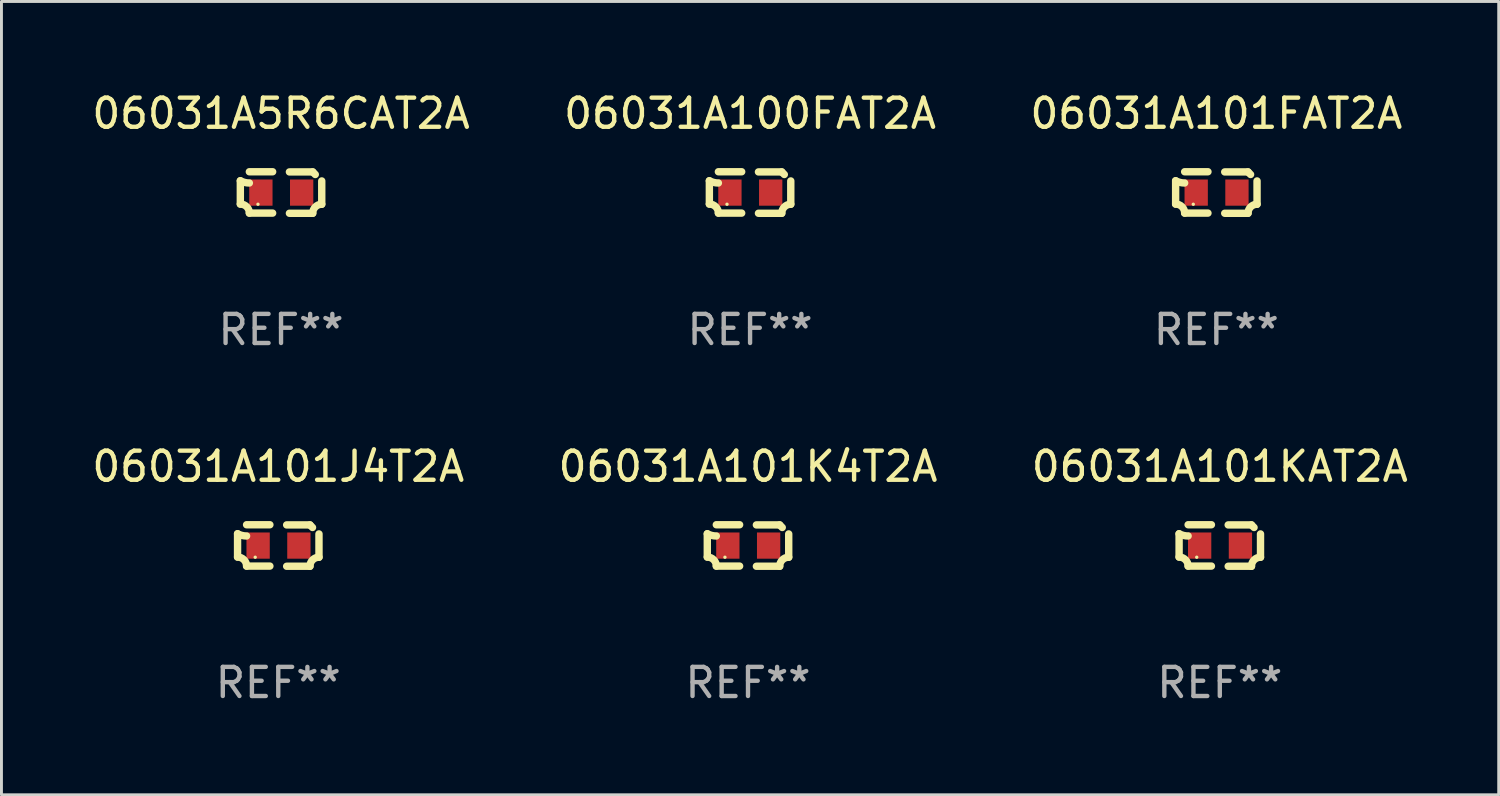
<source format=kicad_pcb>
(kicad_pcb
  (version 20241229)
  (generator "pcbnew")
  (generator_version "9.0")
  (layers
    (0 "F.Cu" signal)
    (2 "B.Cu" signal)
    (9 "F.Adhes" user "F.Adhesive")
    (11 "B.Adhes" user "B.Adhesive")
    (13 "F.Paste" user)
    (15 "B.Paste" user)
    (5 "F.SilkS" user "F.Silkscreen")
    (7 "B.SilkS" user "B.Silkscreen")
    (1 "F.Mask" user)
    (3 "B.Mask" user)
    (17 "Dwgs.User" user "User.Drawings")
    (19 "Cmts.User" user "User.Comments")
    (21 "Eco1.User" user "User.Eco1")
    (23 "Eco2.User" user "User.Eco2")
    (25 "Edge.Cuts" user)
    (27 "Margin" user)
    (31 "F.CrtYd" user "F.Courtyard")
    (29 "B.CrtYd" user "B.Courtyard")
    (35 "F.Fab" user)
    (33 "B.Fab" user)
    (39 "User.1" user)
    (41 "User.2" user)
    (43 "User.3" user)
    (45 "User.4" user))
  (footprint "06031A101J4T2A"
    (layer "F.Cu")
    (at 6.506 15.683)
    (property "Reference" "06031A101J4T2A" (at 0 -2.713 0) (layer "F.SilkS") (effects (font (size 1 1) (thickness 0.15))))
    (attr through_hole)
    (fp_line (start -1.398 -0.403) (end -1.398 0.397) (stroke (width 0.254) (type solid)) (layer "F.SilkS"))
    (fp_line (start -0.288 -0.713) (end -1.088 -0.713) (stroke (width 0.254) (type solid)) (layer "F.SilkS"))
    (fp_line (start -0.288 0.707) (end -1.088 0.707) (stroke (width 0.254) (type solid)) (layer "F.SilkS"))
    (fp_line (start 0.288 -0.707) (end 1.088 -0.707) (stroke (width 0.254) (type solid)) (layer "F.SilkS"))
    (fp_line (start 0.288 0.713) (end 1.088 0.713) (stroke (width 0.254) (type solid)) (layer "F.SilkS"))
    (fp_line (start 1.398 -0.397) (end 1.398 0.403) (stroke (width 0.254) (type solid)) (layer "F.SilkS"))
    (fp_arc (start -1.397789 0.397066) (mid -1.178701 0.487826) (end -1.08796 0.706922) (stroke (width 0.254001) (type solid)) (layer "F.SilkS"))
    (fp_arc (start -1.08796 -0.327176) (mid -1.247436 -0.346384) (end -1.39779 -0.402908) (stroke (width 0.254001) (type solid)) (layer "F.SilkS"))
    (fp_arc (start 1.087909 0.712738) (mid 1.178656 0.493655) (end 1.397739 0.402908) (stroke (width 0.254001) (type solid)) (layer "F.SilkS"))
    (fp_arc (start 1.175925 -0.618926) (mid 1.131917 -0.662923) (end 1.08791 -0.706922) (stroke (width 0.254001) (type solid)) (layer "F.SilkS"))
    (fp_circle (center -0.792 0.403) (end -0.762 0.403) (stroke (width 0.06) (type solid)) (fill no) (layer "F.SilkS"))
    (fp_text user "REF**" (at 0 4.713 0) (layer "F.Fab") (effects (font (size 1 1) (thickness 0.15))))
    (pad "1" smd rect (at -0.692 0.003) (size 0.8 0.9) (layers "F.Cu" "F.Mask" "F.Paste"))
    (pad "2" smd rect (at 0.708 0.003) (size 0.8 0.9) (layers "F.Cu" "F.Mask" "F.Paste")))
  (footprint "06031A5R6CAT2A"
    (layer "F.Cu")
    (at 6.601 3.561)
    (property "Reference" "06031A5R6CAT2A" (at 0 -2.713 0) (layer "F.SilkS") (effects (font (size 1 1) (thickness 0.15))))
    (attr through_hole)
    (fp_line (start -1.398 -0.403) (end -1.398 0.397) (stroke (width 0.254) (type solid)) (layer "F.SilkS"))
    (fp_line (start -0.288 -0.713) (end -1.088 -0.713) (stroke (width 0.254) (type solid)) (layer "F.SilkS"))
    (fp_line (start -0.288 0.707) (end -1.088 0.707) (stroke (width 0.254) (type solid)) (layer "F.SilkS"))
    (fp_line (start 0.288 -0.707) (end 1.088 -0.707) (stroke (width 0.254) (type solid)) (layer "F.SilkS"))
    (fp_line (start 0.288 0.713) (end 1.088 0.713) (stroke (width 0.254) (type solid)) (layer "F.SilkS"))
    (fp_line (start 1.398 -0.397) (end 1.398 0.403) (stroke (width 0.254) (type solid)) (layer "F.SilkS"))
    (fp_arc (start -1.397789 0.397066) (mid -1.178701 0.487826) (end -1.08796 0.706922) (stroke (width 0.254001) (type solid)) (layer "F.SilkS"))
    (fp_arc (start -1.08796 -0.327176) (mid -1.247436 -0.346384) (end -1.39779 -0.402908) (stroke (width 0.254001) (type solid)) (layer "F.SilkS"))
    (fp_arc (start 1.087909 0.712738) (mid 1.178656 0.493655) (end 1.397739 0.402908) (stroke (width 0.254001) (type solid)) (layer "F.SilkS"))
    (fp_arc (start 1.175925 -0.618926) (mid 1.131917 -0.662923) (end 1.08791 -0.706922) (stroke (width 0.254001) (type solid)) (layer "F.SilkS"))
    (fp_circle (center -0.792 0.403) (end -0.762 0.403) (stroke (width 0.06) (type solid)) (fill no) (layer "F.SilkS"))
    (fp_text user "REF**" (at 0 4.713 0) (layer "F.Fab") (effects (font (size 1 1) (thickness 0.15))))
    (pad "1" smd rect (at -0.692 0.003) (size 0.8 0.9) (layers "F.Cu" "F.Mask" "F.Paste"))
    (pad "2" smd rect (at 0.708 0.003) (size 0.8 0.9) (layers "F.Cu" "F.Mask" "F.Paste")))
  (footprint "06031A101FAT2A"
    (layer "F.Cu")
    (at 38.72 3.561)
    (property "Reference" "06031A101FAT2A" (at 0 -2.713 0) (layer "F.SilkS") (effects (font (size 1 1) (thickness 0.15))))
    (attr through_hole)
    (fp_line (start -1.398 -0.403) (end -1.398 0.397) (stroke (width 0.254) (type solid)) (layer "F.SilkS"))
    (fp_line (start -0.288 -0.713) (end -1.088 -0.713) (stroke (width 0.254) (type solid)) (layer "F.SilkS"))
    (fp_line (start -0.288 0.707) (end -1.088 0.707) (stroke (width 0.254) (type solid)) (layer "F.SilkS"))
    (fp_line (start 0.288 -0.707) (end 1.088 -0.707) (stroke (width 0.254) (type solid)) (layer "F.SilkS"))
    (fp_line (start 0.288 0.713) (end 1.088 0.713) (stroke (width 0.254) (type solid)) (layer "F.SilkS"))
    (fp_line (start 1.398 -0.397) (end 1.398 0.403) (stroke (width 0.254) (type solid)) (layer "F.SilkS"))
    (fp_arc (start -1.397789 0.397066) (mid -1.178701 0.487826) (end -1.08796 0.706922) (stroke (width 0.254001) (type solid)) (layer "F.SilkS"))
    (fp_arc (start -1.08796 -0.327176) (mid -1.247436 -0.346384) (end -1.39779 -0.402908) (stroke (width 0.254001) (type solid)) (layer "F.SilkS"))
    (fp_arc (start 1.087909 0.712738) (mid 1.178656 0.493655) (end 1.397739 0.402908) (stroke (width 0.254001) (type solid)) (layer "F.SilkS"))
    (fp_arc (start 1.175925 -0.618926) (mid 1.131917 -0.662923) (end 1.08791 -0.706922) (stroke (width 0.254001) (type solid)) (layer "F.SilkS"))
    (fp_circle (center -0.792 0.403) (end -0.762 0.403) (stroke (width 0.06) (type solid)) (fill no) (layer "F.SilkS"))
    (fp_text user "REF**" (at 0 4.713 0) (layer "F.Fab") (effects (font (size 1 1) (thickness 0.15))))
    (pad "1" smd rect (at -0.692 0.003) (size 0.8 0.9) (layers "F.Cu" "F.Mask" "F.Paste"))
    (pad "2" smd rect (at 0.708 0.003) (size 0.8 0.9) (layers "F.Cu" "F.Mask" "F.Paste")))
  (footprint "06031A101KAT2A"
    (layer "F.Cu")
    (at 38.839 15.683)
    (property "Reference" "06031A101KAT2A" (at 0 -2.713 0) (layer "F.SilkS") (effects (font (size 1 1) (thickness 0.15))))
    (attr through_hole)
    (fp_line (start -1.398 -0.403) (end -1.398 0.397) (stroke (width 0.254) (type solid)) (layer "F.SilkS"))
    (fp_line (start -0.288 -0.713) (end -1.088 -0.713) (stroke (width 0.254) (type solid)) (layer "F.SilkS"))
    (fp_line (start -0.288 0.707) (end -1.088 0.707) (stroke (width 0.254) (type solid)) (layer "F.SilkS"))
    (fp_line (start 0.288 -0.707) (end 1.088 -0.707) (stroke (width 0.254) (type solid)) (layer "F.SilkS"))
    (fp_line (start 0.288 0.713) (end 1.088 0.713) (stroke (width 0.254) (type solid)) (layer "F.SilkS"))
    (fp_line (start 1.398 -0.397) (end 1.398 0.403) (stroke (width 0.254) (type solid)) (layer "F.SilkS"))
    (fp_arc (start -1.397789 0.397066) (mid -1.178701 0.487826) (end -1.08796 0.706922) (stroke (width 0.254001) (type solid)) (layer "F.SilkS"))
    (fp_arc (start -1.08796 -0.327176) (mid -1.247436 -0.346384) (end -1.39779 -0.402908) (stroke (width 0.254001) (type solid)) (layer "F.SilkS"))
    (fp_arc (start 1.087909 0.712738) (mid 1.178656 0.493655) (end 1.397739 0.402908) (stroke (width 0.254001) (type solid)) (layer "F.SilkS"))
    (fp_arc (start 1.175925 -0.618926) (mid 1.131917 -0.662923) (end 1.08791 -0.706922) (stroke (width 0.254001) (type solid)) (layer "F.SilkS"))
    (fp_circle (center -0.792 0.403) (end -0.762 0.403) (stroke (width 0.06) (type solid)) (fill no) (layer "F.SilkS"))
    (fp_text user "REF**" (at 0 4.713 0) (layer "F.Fab") (effects (font (size 1 1) (thickness 0.15))))
    (pad "1" smd rect (at -0.692 0.003) (size 0.8 0.9) (layers "F.Cu" "F.Mask" "F.Paste"))
    (pad "2" smd rect (at 0.708 0.003) (size 0.8 0.9) (layers "F.Cu" "F.Mask" "F.Paste")))
  (footprint "06031A101K4T2A"
    (layer "F.Cu")
    (at 22.637 15.683)
    (property "Reference" "06031A101K4T2A" (at 0 -2.713 0) (layer "F.SilkS") (effects (font (size 1 1) (thickness 0.15))))
    (attr through_hole)
    (fp_line (start -1.398 -0.403) (end -1.398 0.397) (stroke (width 0.254) (type solid)) (layer "F.SilkS"))
    (fp_line (start -0.288 -0.713) (end -1.088 -0.713) (stroke (width 0.254) (type solid)) (layer "F.SilkS"))
    (fp_line (start -0.288 0.707) (end -1.088 0.707) (stroke (width 0.254) (type solid)) (layer "F.SilkS"))
    (fp_line (start 0.288 -0.707) (end 1.088 -0.707) (stroke (width 0.254) (type solid)) (layer "F.SilkS"))
    (fp_line (start 0.288 0.713) (end 1.088 0.713) (stroke (width 0.254) (type solid)) (layer "F.SilkS"))
    (fp_line (start 1.398 -0.397) (end 1.398 0.403) (stroke (width 0.254) (type solid)) (layer "F.SilkS"))
    (fp_arc (start -1.397789 0.397066) (mid -1.178701 0.487826) (end -1.08796 0.706922) (stroke (width 0.254001) (type solid)) (layer "F.SilkS"))
    (fp_arc (start -1.08796 -0.327176) (mid -1.247436 -0.346384) (end -1.39779 -0.402908) (stroke (width 0.254001) (type solid)) (layer "F.SilkS"))
    (fp_arc (start 1.087909 0.712738) (mid 1.178656 0.493655) (end 1.397739 0.402908) (stroke (width 0.254001) (type solid)) (layer "F.SilkS"))
    (fp_arc (start 1.175925 -0.618926) (mid 1.131917 -0.662923) (end 1.08791 -0.706922) (stroke (width 0.254001) (type solid)) (layer "F.SilkS"))
    (fp_circle (center -0.792 0.403) (end -0.762 0.403) (stroke (width 0.06) (type solid)) (fill no) (layer "F.SilkS"))
    (fp_text user "REF**" (at 0 4.713 0) (layer "F.Fab") (effects (font (size 1 1) (thickness 0.15))))
    (pad "1" smd rect (at -0.692 0.003) (size 0.8 0.9) (layers "F.Cu" "F.Mask" "F.Paste"))
    (pad "2" smd rect (at 0.708 0.003) (size 0.8 0.9) (layers "F.Cu" "F.Mask" "F.Paste")))
  (footprint "06031A100FAT2A"
    (layer "F.Cu")
    (at 22.708 3.561)
    (property "Reference" "06031A100FAT2A" (at 0 -2.713 0) (layer "F.SilkS") (effects (font (size 1 1) (thickness 0.15))))
    (attr through_hole)
    (fp_line (start -1.398 -0.403) (end -1.398 0.397) (stroke (width 0.254) (type solid)) (layer "F.SilkS"))
    (fp_line (start -0.288 -0.713) (end -1.088 -0.713) (stroke (width 0.254) (type solid)) (layer "F.SilkS"))
    (fp_line (start -0.288 0.707) (end -1.088 0.707) (stroke (width 0.254) (type solid)) (layer "F.SilkS"))
    (fp_line (start 0.288 -0.707) (end 1.088 -0.707) (stroke (width 0.254) (type solid)) (layer "F.SilkS"))
    (fp_line (start 0.288 0.713) (end 1.088 0.713) (stroke (width 0.254) (type solid)) (layer "F.SilkS"))
    (fp_line (start 1.398 -0.397) (end 1.398 0.403) (stroke (width 0.254) (type solid)) (layer "F.SilkS"))
    (fp_arc (start -1.397789 0.397066) (mid -1.178701 0.487826) (end -1.08796 0.706922) (stroke (width 0.254001) (type solid)) (layer "F.SilkS"))
    (fp_arc (start -1.08796 -0.327176) (mid -1.247436 -0.346384) (end -1.39779 -0.402908) (stroke (width 0.254001) (type solid)) (layer "F.SilkS"))
    (fp_arc (start 1.087909 0.712738) (mid 1.178656 0.493655) (end 1.397739 0.402908) (stroke (width 0.254001) (type solid)) (layer "F.SilkS"))
    (fp_arc (start 1.175925 -0.618926) (mid 1.131917 -0.662923) (end 1.08791 -0.706922) (stroke (width 0.254001) (type solid)) (layer "F.SilkS"))
    (fp_circle (center -0.792 0.403) (end -0.762 0.403) (stroke (width 0.06) (type solid)) (fill no) (layer "F.SilkS"))
    (fp_text user "REF**" (at 0 4.713 0) (layer "F.Fab") (effects (font (size 1 1) (thickness 0.15))))
    (pad "1" smd rect (at -0.692 0.003) (size 0.8 0.9) (layers "F.Cu" "F.Mask" "F.Paste"))
    (pad "2" smd rect (at 0.708 0.003) (size 0.8 0.9) (layers "F.Cu" "F.Mask" "F.Paste")))
  (gr_rect
    (start -3 -3)
    (end 48.417 24.244)
    (stroke (width 0.1) (type default))
    (fill no)
    (layer "Edge.Cuts")))
</source>
